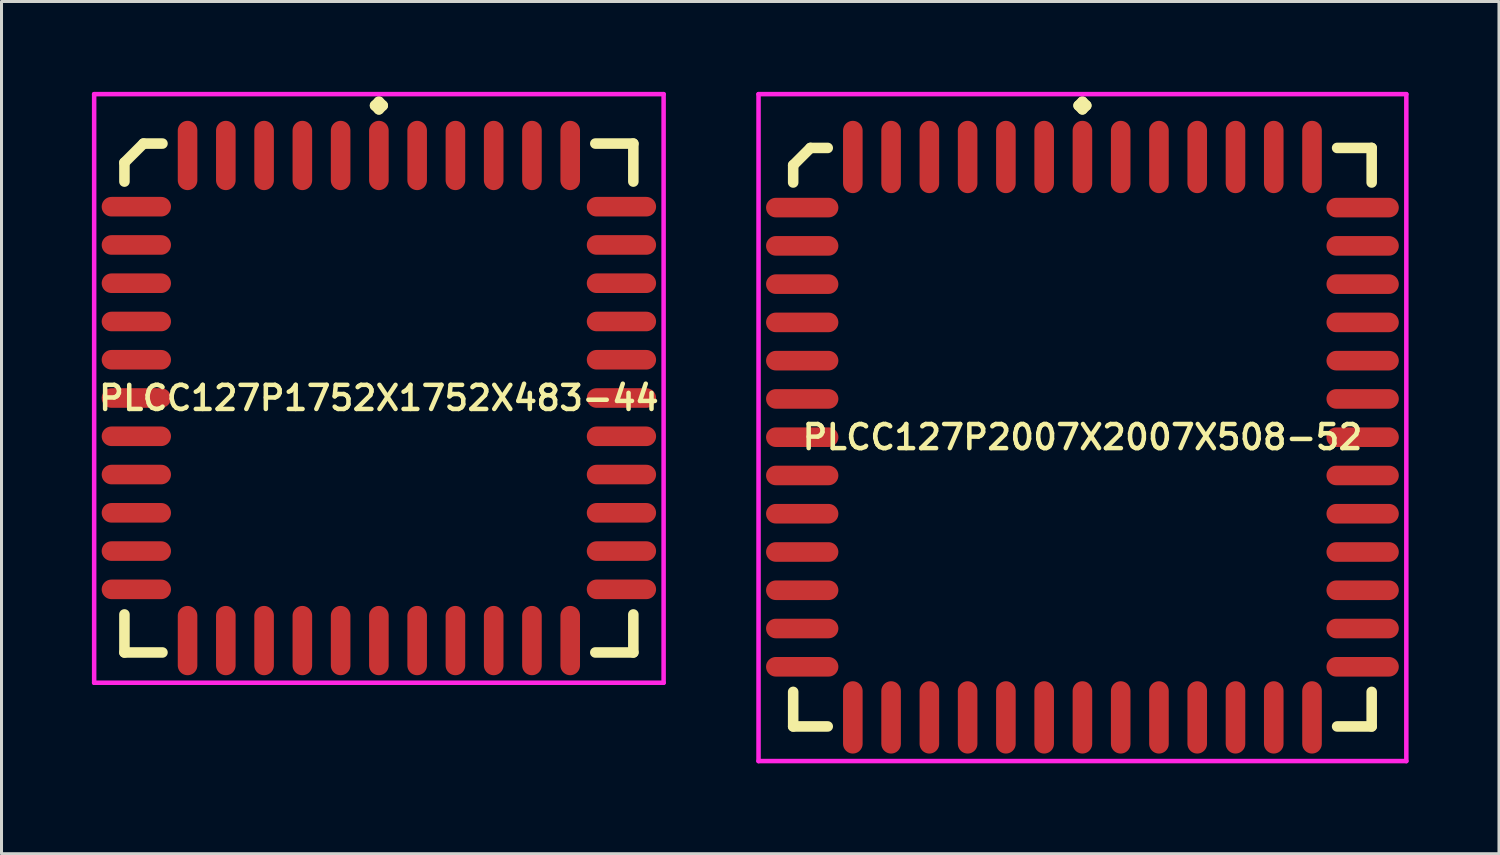
<source format=kicad_pcb>
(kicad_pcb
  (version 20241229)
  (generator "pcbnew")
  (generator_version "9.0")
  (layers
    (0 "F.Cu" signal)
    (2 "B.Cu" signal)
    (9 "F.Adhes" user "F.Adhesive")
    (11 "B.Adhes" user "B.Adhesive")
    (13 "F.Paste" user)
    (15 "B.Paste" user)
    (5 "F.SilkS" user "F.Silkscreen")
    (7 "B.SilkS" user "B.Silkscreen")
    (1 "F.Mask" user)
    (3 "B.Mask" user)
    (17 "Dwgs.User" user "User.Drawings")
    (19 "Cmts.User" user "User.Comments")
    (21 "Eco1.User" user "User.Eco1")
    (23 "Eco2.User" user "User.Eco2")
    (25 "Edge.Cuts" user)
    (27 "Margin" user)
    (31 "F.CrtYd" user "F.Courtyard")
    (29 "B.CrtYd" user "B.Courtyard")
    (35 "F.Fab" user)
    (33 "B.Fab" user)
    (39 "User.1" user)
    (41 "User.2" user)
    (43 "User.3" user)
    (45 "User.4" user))
  (footprint "PLCC127P2007X2007X508-52"
    (layer "F.Cu")
    (at 32.875 11.46)
    (property "Reference" "PLCC127P2007X2007X508-52" (at 0 0 0) (layer "F.SilkS") (effects (font (size 0.8 0.8) (thickness 0.15))))
    (attr smd)
    (fp_line (start -9.6 -9.027) (end -9.027 -9.6) (stroke (width 0.35) (type solid)) (layer "F.SilkS"))
    (fp_line (start -9.6 -8.453) (end -9.6 -9.027) (stroke (width 0.35) (type solid)) (layer "F.SilkS"))
    (fp_line (start -9.6 8.453) (end -9.6 9.6) (stroke (width 0.35) (type solid)) (layer "F.SilkS"))
    (fp_line (start -9.6 9.6) (end -8.453 9.6) (stroke (width 0.35) (type solid)) (layer "F.SilkS"))
    (fp_line (start -9.027 -9.6) (end -8.453 -9.6) (stroke (width 0.35) (type solid)) (layer "F.SilkS"))
    (fp_line (start -0.127 -11.008) (end 0 -11.135) (stroke (width 0.35) (type solid)) (layer "F.SilkS"))
    (fp_line (start 0 -11.135) (end 0.127 -11.008) (stroke (width 0.35) (type solid)) (layer "F.SilkS"))
    (fp_line (start 0 -10.881) (end -0.127 -11.008) (stroke (width 0.35) (type solid)) (layer "F.SilkS"))
    (fp_line (start 0.127 -11.008) (end 0 -10.881) (stroke (width 0.35) (type solid)) (layer "F.SilkS"))
    (fp_line (start 9.6 -9.6) (end 8.453 -9.6) (stroke (width 0.35) (type solid)) (layer "F.SilkS"))
    (fp_line (start 9.6 -8.453) (end 9.6 -9.6) (stroke (width 0.35) (type solid)) (layer "F.SilkS"))
    (fp_line (start 9.6 8.453) (end 9.6 9.6) (stroke (width 0.35) (type solid)) (layer "F.SilkS"))
    (fp_line (start 9.6 9.6) (end 8.453 9.6) (stroke (width 0.35) (type solid)) (layer "F.SilkS"))
    (fp_line (start -10.75 -11.385) (end 10.75 -11.385) (stroke (width 0.15) (type solid)) (layer "F.CrtYd"))
    (fp_line (start -10.75 10.75) (end -10.75 -11.385) (stroke (width 0.15) (type solid)) (layer "F.CrtYd"))
    (fp_line (start 10.75 -11.385) (end 10.75 10.75) (stroke (width 0.15) (type solid)) (layer "F.CrtYd"))
    (fp_line (start 10.75 10.75) (end -10.75 10.75) (stroke (width 0.15) (type solid)) (layer "F.CrtYd"))
    (pad "1" smd oval (at 0 -9.3) (size 0.65 2.4) (layers "F.Cu" "F.Mask" "F.Paste"))
    (pad "2" smd oval (at -1.27 -9.3) (size 0.65 2.4) (layers "F.Cu" "F.Mask" "F.Paste"))
    (pad "3" smd oval (at -2.54 -9.3) (size 0.65 2.4) (layers "F.Cu" "F.Mask" "F.Paste"))
    (pad "4" smd oval (at -3.81 -9.3) (size 0.65 2.4) (layers "F.Cu" "F.Mask" "F.Paste"))
    (pad "5" smd oval (at -5.08 -9.3) (size 0.65 2.4) (layers "F.Cu" "F.Mask" "F.Paste"))
    (pad "6" smd oval (at -6.35 -9.3) (size 0.65 2.4) (layers "F.Cu" "F.Mask" "F.Paste"))
    (pad "7" smd oval (at -7.62 -9.3) (size 0.65 2.4) (layers "F.Cu" "F.Mask" "F.Paste"))
    (pad "8" smd oval (at -9.3 -7.62) (size 2.4 0.65) (layers "F.Cu" "F.Mask" "F.Paste"))
    (pad "9" smd oval (at -9.3 -6.35) (size 2.4 0.65) (layers "F.Cu" "F.Mask" "F.Paste"))
    (pad "10" smd oval (at -9.3 -5.08) (size 2.4 0.65) (layers "F.Cu" "F.Mask" "F.Paste"))
    (pad "11" smd oval (at -9.3 -3.81) (size 2.4 0.65) (layers "F.Cu" "F.Mask" "F.Paste"))
    (pad "12" smd oval (at -9.3 -2.54) (size 2.4 0.65) (layers "F.Cu" "F.Mask" "F.Paste"))
    (pad "13" smd oval (at -9.3 -1.27) (size 2.4 0.65) (layers "F.Cu" "F.Mask" "F.Paste"))
    (pad "14" smd oval (at -9.3 0) (size 2.4 0.65) (layers "F.Cu" "F.Mask" "F.Paste"))
    (pad "15" smd oval (at -9.3 1.27) (size 2.4 0.65) (layers "F.Cu" "F.Mask" "F.Paste"))
    (pad "16" smd oval (at -9.3 2.54) (size 2.4 0.65) (layers "F.Cu" "F.Mask" "F.Paste"))
    (pad "17" smd oval (at -9.3 3.81) (size 2.4 0.65) (layers "F.Cu" "F.Mask" "F.Paste"))
    (pad "18" smd oval (at -9.3 5.08) (size 2.4 0.65) (layers "F.Cu" "F.Mask" "F.Paste"))
    (pad "19" smd oval (at -9.3 6.35) (size 2.4 0.65) (layers "F.Cu" "F.Mask" "F.Paste"))
    (pad "20" smd oval (at -9.3 7.62) (size 2.4 0.65) (layers "F.Cu" "F.Mask" "F.Paste"))
    (pad "21" smd oval (at -7.62 9.3) (size 0.65 2.4) (layers "F.Cu" "F.Mask" "F.Paste"))
    (pad "22" smd oval (at -6.35 9.3) (size 0.65 2.4) (layers "F.Cu" "F.Mask" "F.Paste"))
    (pad "23" smd oval (at -5.08 9.3) (size 0.65 2.4) (layers "F.Cu" "F.Mask" "F.Paste"))
    (pad "24" smd oval (at -3.81 9.3) (size 0.65 2.4) (layers "F.Cu" "F.Mask" "F.Paste"))
    (pad "25" smd oval (at -2.54 9.3) (size 0.65 2.4) (layers "F.Cu" "F.Mask" "F.Paste"))
    (pad "26" smd oval (at -1.27 9.3) (size 0.65 2.4) (layers "F.Cu" "F.Mask" "F.Paste"))
    (pad "27" smd oval (at 0 9.3) (size 0.65 2.4) (layers "F.Cu" "F.Mask" "F.Paste"))
    (pad "28" smd oval (at 1.27 9.3) (size 0.65 2.4) (layers "F.Cu" "F.Mask" "F.Paste"))
    (pad "29" smd oval (at 2.54 9.3) (size 0.65 2.4) (layers "F.Cu" "F.Mask" "F.Paste"))
    (pad "30" smd oval (at 3.81 9.3) (size 0.65 2.4) (layers "F.Cu" "F.Mask" "F.Paste"))
    (pad "31" smd oval (at 5.08 9.3) (size 0.65 2.4) (layers "F.Cu" "F.Mask" "F.Paste"))
    (pad "32" smd oval (at 6.35 9.3) (size 0.65 2.4) (layers "F.Cu" "F.Mask" "F.Paste"))
    (pad "33" smd oval (at 7.62 9.3) (size 0.65 2.4) (layers "F.Cu" "F.Mask" "F.Paste"))
    (pad "34" smd oval (at 9.3 7.62) (size 2.4 0.65) (layers "F.Cu" "F.Mask" "F.Paste"))
    (pad "35" smd oval (at 9.3 6.35) (size 2.4 0.65) (layers "F.Cu" "F.Mask" "F.Paste"))
    (pad "36" smd oval (at 9.3 5.08) (size 2.4 0.65) (layers "F.Cu" "F.Mask" "F.Paste"))
    (pad "37" smd oval (at 9.3 3.81) (size 2.4 0.65) (layers "F.Cu" "F.Mask" "F.Paste"))
    (pad "38" smd oval (at 9.3 2.54) (size 2.4 0.65) (layers "F.Cu" "F.Mask" "F.Paste"))
    (pad "39" smd oval (at 9.3 1.27) (size 2.4 0.65) (layers "F.Cu" "F.Mask" "F.Paste"))
    (pad "40" smd oval (at 9.3 0) (size 2.4 0.65) (layers "F.Cu" "F.Mask" "F.Paste"))
    (pad "41" smd oval (at 9.3 -1.27) (size 2.4 0.65) (layers "F.Cu" "F.Mask" "F.Paste"))
    (pad "42" smd oval (at 9.3 -2.54) (size 2.4 0.65) (layers "F.Cu" "F.Mask" "F.Paste"))
    (pad "43" smd oval (at 9.3 -3.81) (size 2.4 0.65) (layers "F.Cu" "F.Mask" "F.Paste"))
    (pad "44" smd oval (at 9.3 -5.08) (size 2.4 0.65) (layers "F.Cu" "F.Mask" "F.Paste"))
    (pad "45" smd oval (at 9.3 -6.35) (size 2.4 0.65) (layers "F.Cu" "F.Mask" "F.Paste"))
    (pad "46" smd oval (at 9.3 -7.62) (size 2.4 0.65) (layers "F.Cu" "F.Mask" "F.Paste"))
    (pad "47" smd oval (at 7.62 -9.3) (size 0.65 2.4) (layers "F.Cu" "F.Mask" "F.Paste"))
    (pad "48" smd oval (at 6.35 -9.3) (size 0.65 2.4) (layers "F.Cu" "F.Mask" "F.Paste"))
    (pad "49" smd oval (at 5.08 -9.3) (size 0.65 2.4) (layers "F.Cu" "F.Mask" "F.Paste"))
    (pad "50" smd oval (at 3.81 -9.3) (size 0.65 2.4) (layers "F.Cu" "F.Mask" "F.Paste"))
    (pad "51" smd oval (at 2.54 -9.3) (size 0.65 2.4) (layers "F.Cu" "F.Mask" "F.Paste"))
    (pad "52" smd oval (at 1.27 -9.3) (size 0.65 2.4) (layers "F.Cu" "F.Mask" "F.Paste")))
  (footprint "PLCC127P1752X1752X483-44"
    (layer "F.Cu")
    (at 9.525 10.16)
    (property "Reference" "PLCC127P1752X1752X483-44" (at 0 0 0) (layer "F.SilkS") (effects (font (size 0.8 0.8) (thickness 0.15))))
    (attr smd)
    (fp_line (start -8.445 -7.814) (end -7.814 -8.445) (stroke (width 0.35) (type solid)) (layer "F.SilkS"))
    (fp_line (start -8.445 -7.183) (end -8.445 -7.814) (stroke (width 0.35) (type solid)) (layer "F.SilkS"))
    (fp_line (start -8.445 7.183) (end -8.445 8.445) (stroke (width 0.35) (type solid)) (layer "F.SilkS"))
    (fp_line (start -8.445 8.445) (end -7.183 8.445) (stroke (width 0.35) (type solid)) (layer "F.SilkS"))
    (fp_line (start -7.814 -8.445) (end -7.183 -8.445) (stroke (width 0.35) (type solid)) (layer "F.SilkS"))
    (fp_line (start -0.127 -9.708) (end 0 -9.835) (stroke (width 0.35) (type solid)) (layer "F.SilkS"))
    (fp_line (start 0 -9.835) (end 0.127 -9.708) (stroke (width 0.35) (type solid)) (layer "F.SilkS"))
    (fp_line (start 0 -9.581) (end -0.127 -9.708) (stroke (width 0.35) (type solid)) (layer "F.SilkS"))
    (fp_line (start 0.127 -9.708) (end 0 -9.581) (stroke (width 0.35) (type solid)) (layer "F.SilkS"))
    (fp_line (start 8.445 -8.445) (end 7.183 -8.445) (stroke (width 0.35) (type solid)) (layer "F.SilkS"))
    (fp_line (start 8.445 -7.183) (end 8.445 -8.445) (stroke (width 0.35) (type solid)) (layer "F.SilkS"))
    (fp_line (start 8.445 7.183) (end 8.445 8.445) (stroke (width 0.35) (type solid)) (layer "F.SilkS"))
    (fp_line (start 8.445 8.445) (end 7.183 8.445) (stroke (width 0.35) (type solid)) (layer "F.SilkS"))
    (fp_line (start -9.45 -10.085) (end 9.45 -10.085) (stroke (width 0.15) (type solid)) (layer "F.CrtYd"))
    (fp_line (start -9.45 9.45) (end -9.45 -10.085) (stroke (width 0.15) (type solid)) (layer "F.CrtYd"))
    (fp_line (start 9.45 -10.085) (end 9.45 9.45) (stroke (width 0.15) (type solid)) (layer "F.CrtYd"))
    (fp_line (start 9.45 9.45) (end -9.45 9.45) (stroke (width 0.15) (type solid)) (layer "F.CrtYd"))
    (pad "1" smd oval (at 0 -8.05) (size 0.65 2.3) (layers "F.Cu" "F.Mask" "F.Paste"))
    (pad "2" smd oval (at -1.27 -8.05) (size 0.65 2.3) (layers "F.Cu" "F.Mask" "F.Paste"))
    (pad "3" smd oval (at -2.54 -8.05) (size 0.65 2.3) (layers "F.Cu" "F.Mask" "F.Paste"))
    (pad "4" smd oval (at -3.81 -8.05) (size 0.65 2.3) (layers "F.Cu" "F.Mask" "F.Paste"))
    (pad "5" smd oval (at -5.08 -8.05) (size 0.65 2.3) (layers "F.Cu" "F.Mask" "F.Paste"))
    (pad "6" smd oval (at -6.35 -8.05) (size 0.65 2.3) (layers "F.Cu" "F.Mask" "F.Paste"))
    (pad "7" smd oval (at -8.05 -6.35) (size 2.3 0.65) (layers "F.Cu" "F.Mask" "F.Paste"))
    (pad "8" smd oval (at -8.05 -5.08) (size 2.3 0.65) (layers "F.Cu" "F.Mask" "F.Paste"))
    (pad "9" smd oval (at -8.05 -3.81) (size 2.3 0.65) (layers "F.Cu" "F.Mask" "F.Paste"))
    (pad "10" smd oval (at -8.05 -2.54) (size 2.3 0.65) (layers "F.Cu" "F.Mask" "F.Paste"))
    (pad "11" smd oval (at -8.05 -1.27) (size 2.3 0.65) (layers "F.Cu" "F.Mask" "F.Paste"))
    (pad "12" smd oval (at -8.05 0) (size 2.3 0.65) (layers "F.Cu" "F.Mask" "F.Paste"))
    (pad "13" smd oval (at -8.05 1.27) (size 2.3 0.65) (layers "F.Cu" "F.Mask" "F.Paste"))
    (pad "14" smd oval (at -8.05 2.54) (size 2.3 0.65) (layers "F.Cu" "F.Mask" "F.Paste"))
    (pad "15" smd oval (at -8.05 3.81) (size 2.3 0.65) (layers "F.Cu" "F.Mask" "F.Paste"))
    (pad "16" smd oval (at -8.05 5.08) (size 2.3 0.65) (layers "F.Cu" "F.Mask" "F.Paste"))
    (pad "17" smd oval (at -8.05 6.35) (size 2.3 0.65) (layers "F.Cu" "F.Mask" "F.Paste"))
    (pad "18" smd oval (at -6.35 8.05) (size 0.65 2.3) (layers "F.Cu" "F.Mask" "F.Paste"))
    (pad "19" smd oval (at -5.08 8.05) (size 0.65 2.3) (layers "F.Cu" "F.Mask" "F.Paste"))
    (pad "20" smd oval (at -3.81 8.05) (size 0.65 2.3) (layers "F.Cu" "F.Mask" "F.Paste"))
    (pad "21" smd oval (at -2.54 8.05) (size 0.65 2.3) (layers "F.Cu" "F.Mask" "F.Paste"))
    (pad "22" smd oval (at -1.27 8.05) (size 0.65 2.3) (layers "F.Cu" "F.Mask" "F.Paste"))
    (pad "23" smd oval (at 0 8.05) (size 0.65 2.3) (layers "F.Cu" "F.Mask" "F.Paste"))
    (pad "24" smd oval (at 1.27 8.05) (size 0.65 2.3) (layers "F.Cu" "F.Mask" "F.Paste"))
    (pad "25" smd oval (at 2.54 8.05) (size 0.65 2.3) (layers "F.Cu" "F.Mask" "F.Paste"))
    (pad "26" smd oval (at 3.81 8.05) (size 0.65 2.3) (layers "F.Cu" "F.Mask" "F.Paste"))
    (pad "27" smd oval (at 5.08 8.05) (size 0.65 2.3) (layers "F.Cu" "F.Mask" "F.Paste"))
    (pad "28" smd oval (at 6.35 8.05) (size 0.65 2.3) (layers "F.Cu" "F.Mask" "F.Paste"))
    (pad "29" smd oval (at 8.05 6.35) (size 2.3 0.65) (layers "F.Cu" "F.Mask" "F.Paste"))
    (pad "30" smd oval (at 8.05 5.08) (size 2.3 0.65) (layers "F.Cu" "F.Mask" "F.Paste"))
    (pad "31" smd oval (at 8.05 3.81) (size 2.3 0.65) (layers "F.Cu" "F.Mask" "F.Paste"))
    (pad "32" smd oval (at 8.05 2.54) (size 2.3 0.65) (layers "F.Cu" "F.Mask" "F.Paste"))
    (pad "33" smd oval (at 8.05 1.27) (size 2.3 0.65) (layers "F.Cu" "F.Mask" "F.Paste"))
    (pad "34" smd oval (at 8.05 0) (size 2.3 0.65) (layers "F.Cu" "F.Mask" "F.Paste"))
    (pad "35" smd oval (at 8.05 -1.27) (size 2.3 0.65) (layers "F.Cu" "F.Mask" "F.Paste"))
    (pad "36" smd oval (at 8.05 -2.54) (size 2.3 0.65) (layers "F.Cu" "F.Mask" "F.Paste"))
    (pad "37" smd oval (at 8.05 -3.81) (size 2.3 0.65) (layers "F.Cu" "F.Mask" "F.Paste"))
    (pad "38" smd oval (at 8.05 -5.08) (size 2.3 0.65) (layers "F.Cu" "F.Mask" "F.Paste"))
    (pad "39" smd oval (at 8.05 -6.35) (size 2.3 0.65) (layers "F.Cu" "F.Mask" "F.Paste"))
    (pad "40" smd oval (at 6.35 -8.05) (size 0.65 2.3) (layers "F.Cu" "F.Mask" "F.Paste"))
    (pad "41" smd oval (at 5.08 -8.05) (size 0.65 2.3) (layers "F.Cu" "F.Mask" "F.Paste"))
    (pad "42" smd oval (at 3.81 -8.05) (size 0.65 2.3) (layers "F.Cu" "F.Mask" "F.Paste"))
    (pad "43" smd oval (at 2.54 -8.05) (size 0.65 2.3) (layers "F.Cu" "F.Mask" "F.Paste"))
    (pad "44" smd oval (at 1.27 -8.05) (size 0.65 2.3) (layers "F.Cu" "F.Mask" "F.Paste")))
  (gr_rect
    (start -3 -3)
    (end 46.7 25.285)
    (stroke (width 0.1) (type default))
    (fill no)
    (layer "Edge.Cuts")))
</source>
